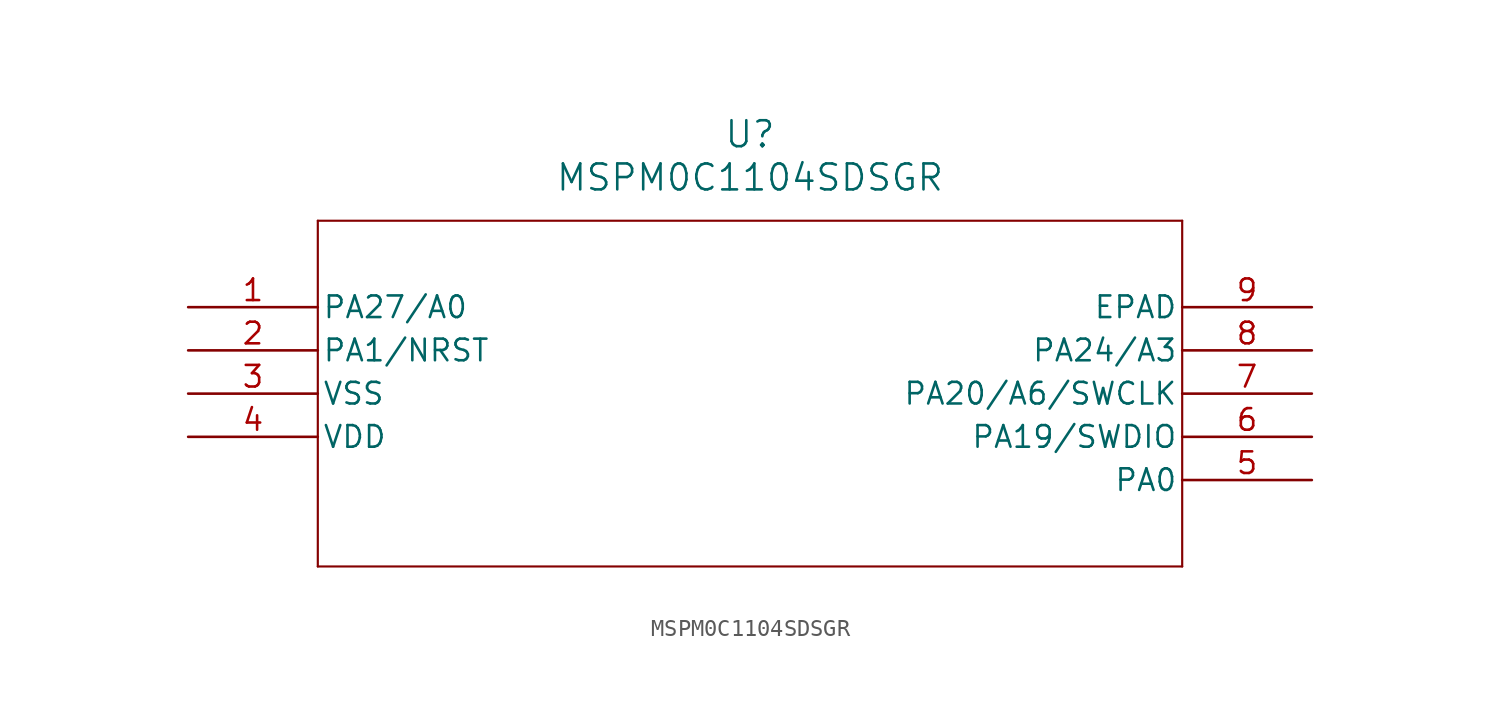
<source format=kicad_sym>
(kicad_symbol_lib
  (version 20211014)
  (generator kicad_symbol_editor)
  (symbol "MSPM0C1104SDSGR"
    (pin_names
      (offset 0.254))
    (property "Reference" "U"
      (at 33.02 10.16 0)
      (effects (font (size 1.524 1.524))))
    (property "Value" "MSPM0C1104SDSGR"
      (at 33.02 7.62 0)
      (effects (font (size 1.524 1.524))))
    (symbol "MSPM0C1104SDSGR_0_1"
      (polyline (pts (xy 7.62 5.08) (xy 7.62 -15.24)) (stroke (width 0.127) (type default) (color 0 0 0 0)) (fill (type none)))
      (polyline (pts (xy 7.62 -15.24) (xy 58.42 -15.24)) (stroke (width 0.127) (type default) (color 0 0 0 0)) (fill (type none)))
      (polyline (pts (xy 58.42 -15.24) (xy 58.42 5.08)) (stroke (width 0.127) (type default) (color 0 0 0 0)) (fill (type none)))
      (polyline (pts (xy 58.42 5.08) (xy 7.62 5.08)) (stroke (width 0.127) (type default) (color 0 0 0 0)) (fill (type none)))
      (pin bidirectional line (at 0 0 0) (length 7.62) (name "PA27/A0" (effects (font (size 1.27 1.27)))) (number "1" (effects (font (size 1.27 1.27)))))
      (pin bidirectional line (at 0 -2.54 0) (length 7.62) (name "PA1/NRST" (effects (font (size 1.27 1.27)))) (number "2" (effects (font (size 1.27 1.27)))))
      (pin power_in line (at 0 -5.08 0) (length 7.62) (name "VSS" (effects (font (size 1.27 1.27)))) (number "3" (effects (font (size 1.27 1.27)))))
      (pin power_in line (at 0 -7.62 0) (length 7.62) (name "VDD" (effects (font (size 1.27 1.27)))) (number "4" (effects (font (size 1.27 1.27)))))
      (pin bidirectional line (at 66.04 -10.16 180) (length 7.62) (name "PA0" (effects (font (size 1.27 1.27)))) (number "5" (effects (font (size 1.27 1.27)))))
      (pin bidirectional line (at 66.04 -7.62 180) (length 7.62) (name "PA19/SWDIO" (effects (font (size 1.27 1.27)))) (number "6" (effects (font (size 1.27 1.27)))))
      (pin bidirectional line (at 66.04 -5.08 180) (length 7.62) (name "PA20/A6/SWCLK" (effects (font (size 1.27 1.27)))) (number "7" (effects (font (size 1.27 1.27)))))
      (pin bidirectional line (at 66.04 -2.54 180) (length 7.62) (name "PA24/A3" (effects (font (size 1.27 1.27)))) (number "8" (effects (font (size 1.27 1.27)))))
      (pin power_out line (at 66.04 0 180) (length 7.62) (name "EPAD" (effects (font (size 1.27 1.27)))) (number "9" (effects (font (size 1.27 1.27))))))))
</source>
